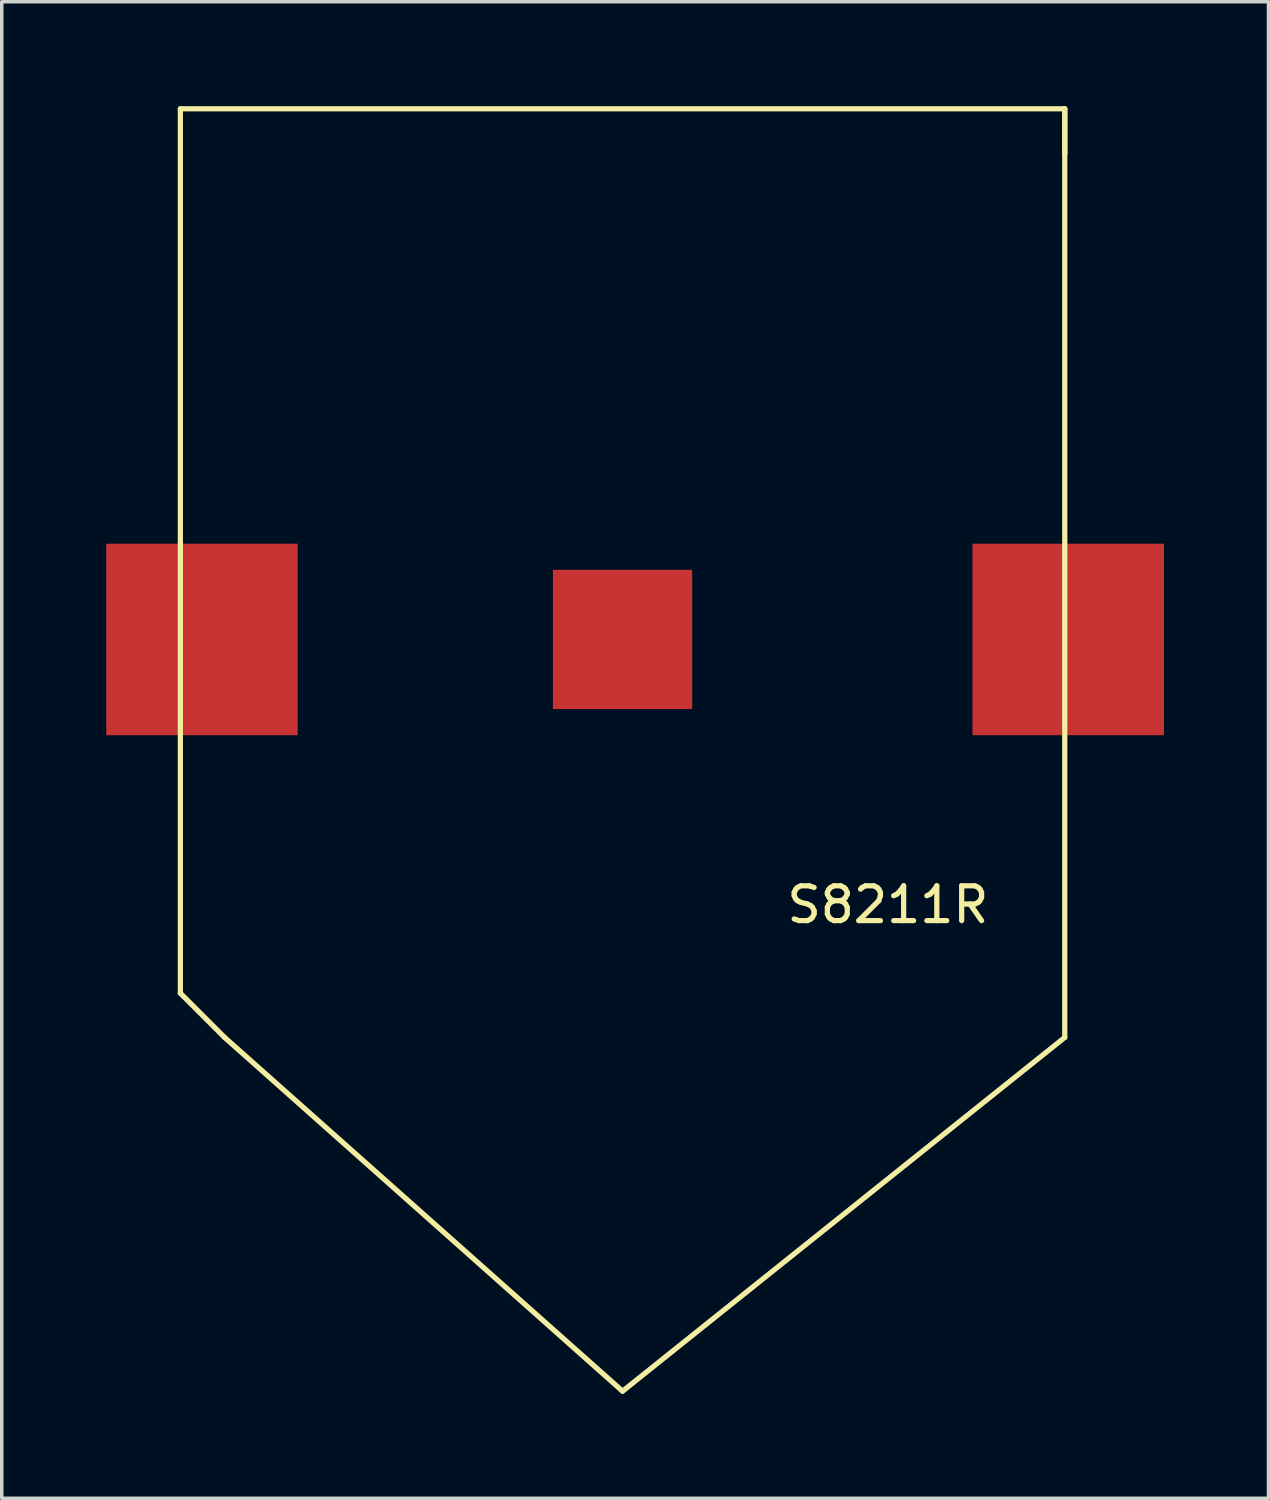
<source format=kicad_pcb>
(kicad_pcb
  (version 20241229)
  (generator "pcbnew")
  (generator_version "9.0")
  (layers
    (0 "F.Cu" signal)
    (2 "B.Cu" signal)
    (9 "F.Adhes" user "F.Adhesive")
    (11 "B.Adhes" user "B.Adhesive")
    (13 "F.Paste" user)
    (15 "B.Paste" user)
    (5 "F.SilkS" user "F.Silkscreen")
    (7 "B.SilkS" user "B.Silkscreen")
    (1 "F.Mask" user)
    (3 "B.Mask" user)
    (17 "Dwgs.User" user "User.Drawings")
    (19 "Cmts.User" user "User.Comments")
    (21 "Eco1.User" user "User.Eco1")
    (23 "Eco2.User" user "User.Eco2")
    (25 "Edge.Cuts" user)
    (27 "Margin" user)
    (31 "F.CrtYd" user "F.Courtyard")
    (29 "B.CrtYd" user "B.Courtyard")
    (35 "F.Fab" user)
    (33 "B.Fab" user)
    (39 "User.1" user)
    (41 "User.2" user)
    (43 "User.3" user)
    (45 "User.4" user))
  (footprint "S8211R"
    (layer "F.Cu")
    (at 14.83 15.315)
    (property "Reference" "S8211R" (at 7.62 7.62 0) (layer "F.SilkS") (effects (font (size 1 1) (thickness 0.15))))
    (attr through_hole)
    (fp_line (start -12.7 -15.24) (end 12.7 -15.24) (stroke (width 0.15) (type solid)) (layer "F.SilkS"))
    (fp_line (start -12.7 10.16) (end -12.7 -15.24) (stroke (width 0.15) (type solid)) (layer "F.SilkS"))
    (fp_line (start -11.43 11.43) (end -12.7 10.16) (stroke (width 0.15) (type solid)) (layer "F.SilkS"))
    (fp_line (start 0 21.59) (end -11.43 11.43) (stroke (width 0.15) (type solid)) (layer "F.SilkS"))
    (fp_line (start 12.7 -15.24) (end 12.7 -13.97) (stroke (width 0.15) (type solid)) (layer "F.SilkS"))
    (fp_line (start 12.7 -13.97) (end 12.7 -15.24) (stroke (width 0.15) (type solid)) (layer "F.SilkS"))
    (fp_line (start 12.7 -13.97) (end 12.7 11.43) (stroke (width 0.15) (type solid)) (layer "F.SilkS"))
    (fp_line (start 12.7 11.43) (end 0 21.59) (stroke (width 0.15) (type solid)) (layer "F.SilkS"))
    (pad "1" smd rect (at -12.08 0) (size 5.5 5.5) (layers "F.Cu" "F.Mask" "F.Paste"))
    (pad "1" smd rect (at 12.8 0) (size 5.5 5.5) (layers "F.Cu" "F.Mask" "F.Paste"))
    (pad "2" smd rect (at 0 0) (size 4 4) (layers "F.Cu" "F.Mask" "F.Paste")))
  (gr_rect
    (start -3 -3)
    (end 33.38 39.98)
    (stroke (width 0.1) (type default))
    (fill no)
    (layer "Edge.Cuts")))
</source>
